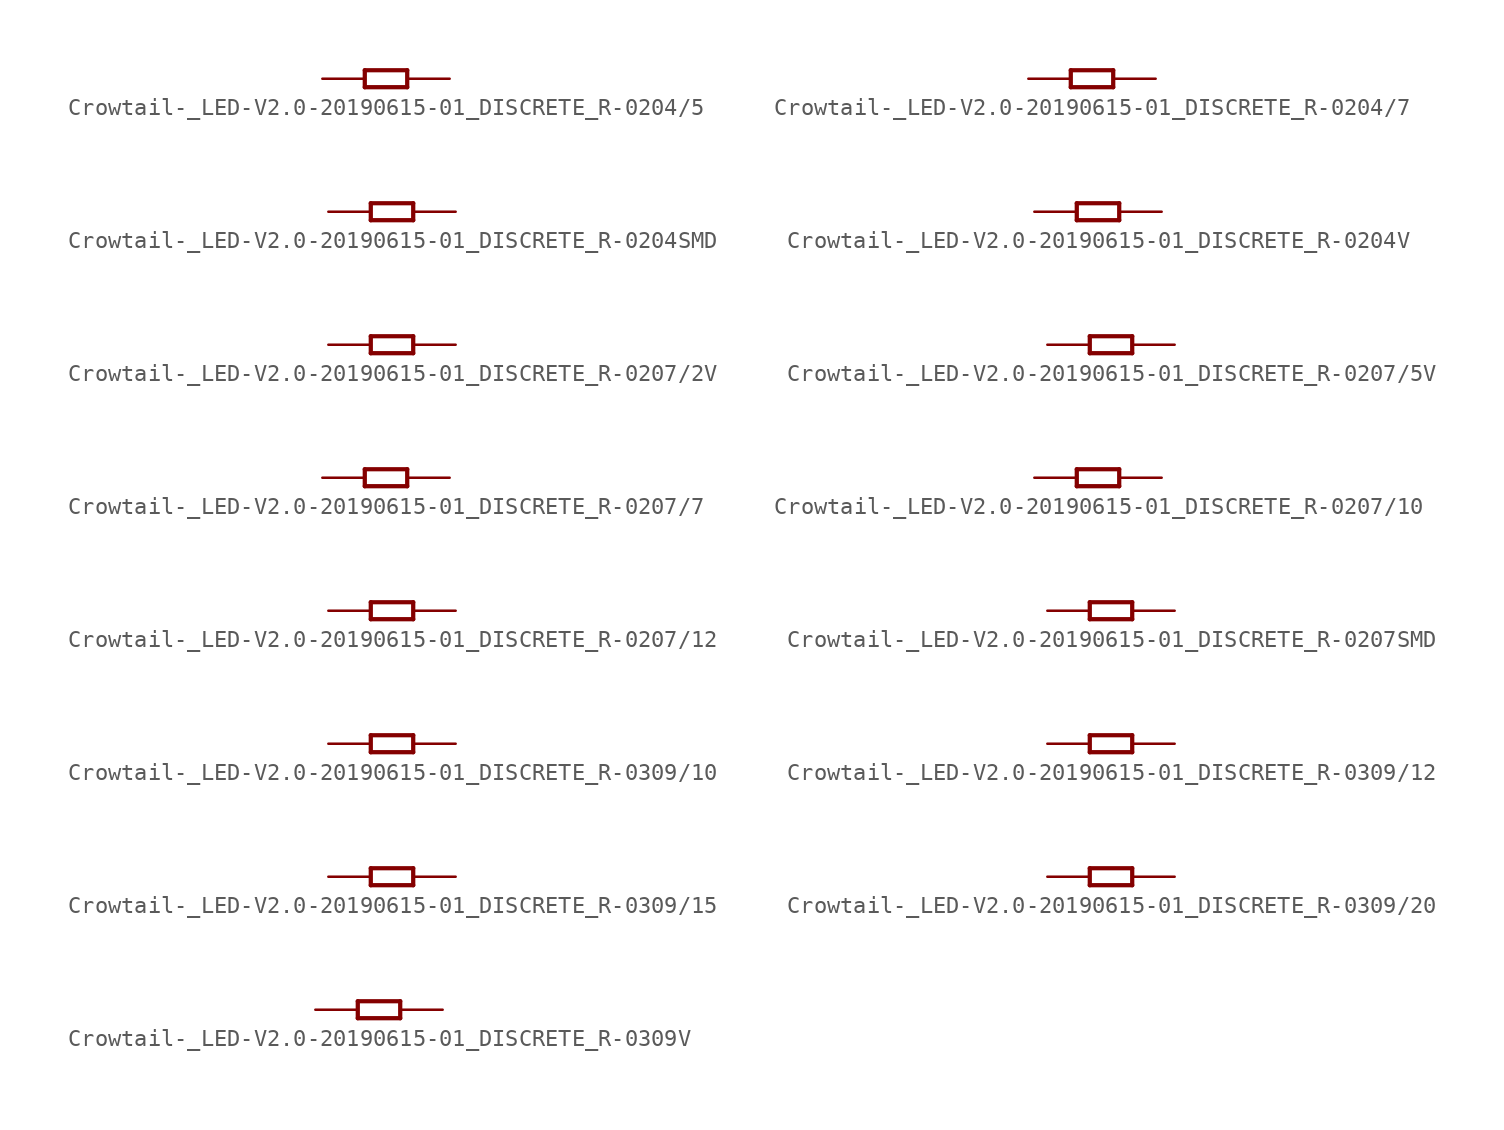
<source format=kicad_sym>
(kicad_symbol_lib
  (version 20231120)
  (generator "kicad_symbol_editor")
  (generator_version "8.0")
  (symbol "Crowtail-_LED-V2.0-20190615-01_DISCRETE_R-0204/5"
    (property "Reference" "R"
      (at -3.81 0 0)
      (effects (font (size 1.27 1.079)) (justify left bottom) (hide yes)))
    (property "ki_locked" ""
      (at 0 0 0)
      (effects (font (size 1.27 1.27))))
    (symbol "Crowtail-_LED-V2.0-20190615-01_DISCRETE_R-0204/5_1_0"
      (polyline (pts (xy -1.27 -0.508) (xy -1.27 0.508)) (stroke (width 0.254) (type solid)) (fill (type none)))
      (polyline (pts (xy -1.27 0.508) (xy 1.27 0.508)) (stroke (width 0.254) (type solid)) (fill (type none)))
      (polyline (pts (xy 1.27 -0.508) (xy -1.27 -0.508)) (stroke (width 0.254) (type solid)) (fill (type none)))
      (polyline (pts (xy 1.27 0.508) (xy 1.27 -0.508)) (stroke (width 0.254) (type solid)) (fill (type none)))
      (pin passive line (at -3.81 0 0) (length 2.54) (name "1" (effects (font (size 0 0)))) (number "1" (effects (font (size 0 0)))))
      (pin passive line (at 3.81 0 180) (length 2.54) (name "2" (effects (font (size 0 0)))) (number "2" (effects (font (size 0 0)))))))
  (symbol "Crowtail-_LED-V2.0-20190615-01_DISCRETE_R-0204/7"
    (property "Reference" "R"
      (at -3.81 0 0)
      (effects (font (size 1.27 1.079)) (justify left bottom) (hide yes)))
    (property "ki_locked" ""
      (at 0 0 0)
      (effects (font (size 1.27 1.27))))
    (symbol "Crowtail-_LED-V2.0-20190615-01_DISCRETE_R-0204/7_1_0"
      (polyline (pts (xy -1.27 -0.508) (xy -1.27 0.508)) (stroke (width 0.254) (type solid)) (fill (type none)))
      (polyline (pts (xy -1.27 0.508) (xy 1.27 0.508)) (stroke (width 0.254) (type solid)) (fill (type none)))
      (polyline (pts (xy 1.27 -0.508) (xy -1.27 -0.508)) (stroke (width 0.254) (type solid)) (fill (type none)))
      (polyline (pts (xy 1.27 0.508) (xy 1.27 -0.508)) (stroke (width 0.254) (type solid)) (fill (type none)))
      (pin passive line (at -3.81 0 0) (length 2.54) (name "1" (effects (font (size 0 0)))) (number "1" (effects (font (size 0 0)))))
      (pin passive line (at 3.81 0 180) (length 2.54) (name "2" (effects (font (size 0 0)))) (number "2" (effects (font (size 0 0)))))))
  (symbol "Crowtail-_LED-V2.0-20190615-01_DISCRETE_R-0204SMD"
    (property "Reference" "R"
      (at -3.81 0 0)
      (effects (font (size 1.27 1.079)) (justify left bottom) (hide yes)))
    (property "ki_locked" ""
      (at 0 0 0)
      (effects (font (size 1.27 1.27))))
    (symbol "Crowtail-_LED-V2.0-20190615-01_DISCRETE_R-0204SMD_1_0"
      (polyline (pts (xy -1.27 -0.508) (xy -1.27 0.508)) (stroke (width 0.254) (type solid)) (fill (type none)))
      (polyline (pts (xy -1.27 0.508) (xy 1.27 0.508)) (stroke (width 0.254) (type solid)) (fill (type none)))
      (polyline (pts (xy 1.27 -0.508) (xy -1.27 -0.508)) (stroke (width 0.254) (type solid)) (fill (type none)))
      (polyline (pts (xy 1.27 0.508) (xy 1.27 -0.508)) (stroke (width 0.254) (type solid)) (fill (type none)))
      (pin passive line (at -3.81 0 0) (length 2.54) (name "1" (effects (font (size 0 0)))) (number "1" (effects (font (size 0 0)))))
      (pin passive line (at 3.81 0 180) (length 2.54) (name "2" (effects (font (size 0 0)))) (number "2" (effects (font (size 0 0)))))))
  (symbol "Crowtail-_LED-V2.0-20190615-01_DISCRETE_R-0204V"
    (property "Reference" "R"
      (at -3.81 0 0)
      (effects (font (size 1.27 1.079)) (justify left bottom) (hide yes)))
    (property "ki_locked" ""
      (at 0 0 0)
      (effects (font (size 1.27 1.27))))
    (symbol "Crowtail-_LED-V2.0-20190615-01_DISCRETE_R-0204V_1_0"
      (polyline (pts (xy -1.27 -0.508) (xy -1.27 0.508)) (stroke (width 0.254) (type solid)) (fill (type none)))
      (polyline (pts (xy -1.27 0.508) (xy 1.27 0.508)) (stroke (width 0.254) (type solid)) (fill (type none)))
      (polyline (pts (xy 1.27 -0.508) (xy -1.27 -0.508)) (stroke (width 0.254) (type solid)) (fill (type none)))
      (polyline (pts (xy 1.27 0.508) (xy 1.27 -0.508)) (stroke (width 0.254) (type solid)) (fill (type none)))
      (pin passive line (at -3.81 0 0) (length 2.54) (name "1" (effects (font (size 0 0)))) (number "1" (effects (font (size 0 0)))))
      (pin passive line (at 3.81 0 180) (length 2.54) (name "2" (effects (font (size 0 0)))) (number "2" (effects (font (size 0 0)))))))
  (symbol "Crowtail-_LED-V2.0-20190615-01_DISCRETE_R-0207/2V"
    (property "Reference" "R"
      (at -3.81 0 0)
      (effects (font (size 1.27 1.079)) (justify left bottom) (hide yes)))
    (property "ki_locked" ""
      (at 0 0 0)
      (effects (font (size 1.27 1.27))))
    (symbol "Crowtail-_LED-V2.0-20190615-01_DISCRETE_R-0207/2V_1_0"
      (polyline (pts (xy -1.27 -0.508) (xy -1.27 0.508)) (stroke (width 0.254) (type solid)) (fill (type none)))
      (polyline (pts (xy -1.27 0.508) (xy 1.27 0.508)) (stroke (width 0.254) (type solid)) (fill (type none)))
      (polyline (pts (xy 1.27 -0.508) (xy -1.27 -0.508)) (stroke (width 0.254) (type solid)) (fill (type none)))
      (polyline (pts (xy 1.27 0.508) (xy 1.27 -0.508)) (stroke (width 0.254) (type solid)) (fill (type none)))
      (pin passive line (at -3.81 0 0) (length 2.54) (name "1" (effects (font (size 0 0)))) (number "1" (effects (font (size 0 0)))))
      (pin passive line (at 3.81 0 180) (length 2.54) (name "2" (effects (font (size 0 0)))) (number "2" (effects (font (size 0 0)))))))
  (symbol "Crowtail-_LED-V2.0-20190615-01_DISCRETE_R-0207/5V"
    (property "Reference" "R"
      (at -3.81 0 0)
      (effects (font (size 1.27 1.079)) (justify left bottom) (hide yes)))
    (property "ki_locked" ""
      (at 0 0 0)
      (effects (font (size 1.27 1.27))))
    (symbol "Crowtail-_LED-V2.0-20190615-01_DISCRETE_R-0207/5V_1_0"
      (polyline (pts (xy -1.27 -0.508) (xy -1.27 0.508)) (stroke (width 0.254) (type solid)) (fill (type none)))
      (polyline (pts (xy -1.27 0.508) (xy 1.27 0.508)) (stroke (width 0.254) (type solid)) (fill (type none)))
      (polyline (pts (xy 1.27 -0.508) (xy -1.27 -0.508)) (stroke (width 0.254) (type solid)) (fill (type none)))
      (polyline (pts (xy 1.27 0.508) (xy 1.27 -0.508)) (stroke (width 0.254) (type solid)) (fill (type none)))
      (pin passive line (at -3.81 0 0) (length 2.54) (name "1" (effects (font (size 0 0)))) (number "1" (effects (font (size 0 0)))))
      (pin passive line (at 3.81 0 180) (length 2.54) (name "2" (effects (font (size 0 0)))) (number "2" (effects (font (size 0 0)))))))
  (symbol "Crowtail-_LED-V2.0-20190615-01_DISCRETE_R-0207/7"
    (property "Reference" "R"
      (at -3.81 0 0)
      (effects (font (size 1.27 1.079)) (justify left bottom) (hide yes)))
    (property "ki_locked" ""
      (at 0 0 0)
      (effects (font (size 1.27 1.27))))
    (symbol "Crowtail-_LED-V2.0-20190615-01_DISCRETE_R-0207/7_1_0"
      (polyline (pts (xy -1.27 -0.508) (xy -1.27 0.508)) (stroke (width 0.254) (type solid)) (fill (type none)))
      (polyline (pts (xy -1.27 0.508) (xy 1.27 0.508)) (stroke (width 0.254) (type solid)) (fill (type none)))
      (polyline (pts (xy 1.27 -0.508) (xy -1.27 -0.508)) (stroke (width 0.254) (type solid)) (fill (type none)))
      (polyline (pts (xy 1.27 0.508) (xy 1.27 -0.508)) (stroke (width 0.254) (type solid)) (fill (type none)))
      (pin passive line (at -3.81 0 0) (length 2.54) (name "1" (effects (font (size 0 0)))) (number "1" (effects (font (size 0 0)))))
      (pin passive line (at 3.81 0 180) (length 2.54) (name "2" (effects (font (size 0 0)))) (number "2" (effects (font (size 0 0)))))))
  (symbol "Crowtail-_LED-V2.0-20190615-01_DISCRETE_R-0207/10"
    (property "Reference" "R"
      (at -3.81 0 0)
      (effects (font (size 1.27 1.079)) (justify left bottom) (hide yes)))
    (property "ki_locked" ""
      (at 0 0 0)
      (effects (font (size 1.27 1.27))))
    (symbol "Crowtail-_LED-V2.0-20190615-01_DISCRETE_R-0207/10_1_0"
      (polyline (pts (xy -1.27 -0.508) (xy -1.27 0.508)) (stroke (width 0.254) (type solid)) (fill (type none)))
      (polyline (pts (xy -1.27 0.508) (xy 1.27 0.508)) (stroke (width 0.254) (type solid)) (fill (type none)))
      (polyline (pts (xy 1.27 -0.508) (xy -1.27 -0.508)) (stroke (width 0.254) (type solid)) (fill (type none)))
      (polyline (pts (xy 1.27 0.508) (xy 1.27 -0.508)) (stroke (width 0.254) (type solid)) (fill (type none)))
      (pin passive line (at -3.81 0 0) (length 2.54) (name "1" (effects (font (size 0 0)))) (number "1" (effects (font (size 0 0)))))
      (pin passive line (at 3.81 0 180) (length 2.54) (name "2" (effects (font (size 0 0)))) (number "2" (effects (font (size 0 0)))))))
  (symbol "Crowtail-_LED-V2.0-20190615-01_DISCRETE_R-0207/12"
    (property "Reference" "R"
      (at -3.81 0 0)
      (effects (font (size 1.27 1.079)) (justify left bottom) (hide yes)))
    (property "ki_locked" ""
      (at 0 0 0)
      (effects (font (size 1.27 1.27))))
    (symbol "Crowtail-_LED-V2.0-20190615-01_DISCRETE_R-0207/12_1_0"
      (polyline (pts (xy -1.27 -0.508) (xy -1.27 0.508)) (stroke (width 0.254) (type solid)) (fill (type none)))
      (polyline (pts (xy -1.27 0.508) (xy 1.27 0.508)) (stroke (width 0.254) (type solid)) (fill (type none)))
      (polyline (pts (xy 1.27 -0.508) (xy -1.27 -0.508)) (stroke (width 0.254) (type solid)) (fill (type none)))
      (polyline (pts (xy 1.27 0.508) (xy 1.27 -0.508)) (stroke (width 0.254) (type solid)) (fill (type none)))
      (pin passive line (at -3.81 0 0) (length 2.54) (name "1" (effects (font (size 0 0)))) (number "1" (effects (font (size 0 0)))))
      (pin passive line (at 3.81 0 180) (length 2.54) (name "2" (effects (font (size 0 0)))) (number "2" (effects (font (size 0 0)))))))
  (symbol "Crowtail-_LED-V2.0-20190615-01_DISCRETE_R-0207SMD"
    (property "Reference" "R"
      (at -3.81 0 0)
      (effects (font (size 1.27 1.079)) (justify left bottom) (hide yes)))
    (property "ki_locked" ""
      (at 0 0 0)
      (effects (font (size 1.27 1.27))))
    (symbol "Crowtail-_LED-V2.0-20190615-01_DISCRETE_R-0207SMD_1_0"
      (polyline (pts (xy -1.27 -0.508) (xy -1.27 0.508)) (stroke (width 0.254) (type solid)) (fill (type none)))
      (polyline (pts (xy -1.27 0.508) (xy 1.27 0.508)) (stroke (width 0.254) (type solid)) (fill (type none)))
      (polyline (pts (xy 1.27 -0.508) (xy -1.27 -0.508)) (stroke (width 0.254) (type solid)) (fill (type none)))
      (polyline (pts (xy 1.27 0.508) (xy 1.27 -0.508)) (stroke (width 0.254) (type solid)) (fill (type none)))
      (pin passive line (at -3.81 0 0) (length 2.54) (name "1" (effects (font (size 0 0)))) (number "1" (effects (font (size 0 0)))))
      (pin passive line (at 3.81 0 180) (length 2.54) (name "2" (effects (font (size 0 0)))) (number "2" (effects (font (size 0 0)))))))
  (symbol "Crowtail-_LED-V2.0-20190615-01_DISCRETE_R-0309/10"
    (property "Reference" "R"
      (at -3.81 0 0)
      (effects (font (size 1.27 1.079)) (justify left bottom) (hide yes)))
    (property "ki_locked" ""
      (at 0 0 0)
      (effects (font (size 1.27 1.27))))
    (symbol "Crowtail-_LED-V2.0-20190615-01_DISCRETE_R-0309/10_1_0"
      (polyline (pts (xy -1.27 -0.508) (xy -1.27 0.508)) (stroke (width 0.254) (type solid)) (fill (type none)))
      (polyline (pts (xy -1.27 0.508) (xy 1.27 0.508)) (stroke (width 0.254) (type solid)) (fill (type none)))
      (polyline (pts (xy 1.27 -0.508) (xy -1.27 -0.508)) (stroke (width 0.254) (type solid)) (fill (type none)))
      (polyline (pts (xy 1.27 0.508) (xy 1.27 -0.508)) (stroke (width 0.254) (type solid)) (fill (type none)))
      (pin passive line (at -3.81 0 0) (length 2.54) (name "1" (effects (font (size 0 0)))) (number "1" (effects (font (size 0 0)))))
      (pin passive line (at 3.81 0 180) (length 2.54) (name "2" (effects (font (size 0 0)))) (number "2" (effects (font (size 0 0)))))))
  (symbol "Crowtail-_LED-V2.0-20190615-01_DISCRETE_R-0309/12"
    (property "Reference" "R"
      (at -3.81 0 0)
      (effects (font (size 1.27 1.079)) (justify left bottom) (hide yes)))
    (property "ki_locked" ""
      (at 0 0 0)
      (effects (font (size 1.27 1.27))))
    (symbol "Crowtail-_LED-V2.0-20190615-01_DISCRETE_R-0309/12_1_0"
      (polyline (pts (xy -1.27 -0.508) (xy -1.27 0.508)) (stroke (width 0.254) (type solid)) (fill (type none)))
      (polyline (pts (xy -1.27 0.508) (xy 1.27 0.508)) (stroke (width 0.254) (type solid)) (fill (type none)))
      (polyline (pts (xy 1.27 -0.508) (xy -1.27 -0.508)) (stroke (width 0.254) (type solid)) (fill (type none)))
      (polyline (pts (xy 1.27 0.508) (xy 1.27 -0.508)) (stroke (width 0.254) (type solid)) (fill (type none)))
      (pin passive line (at -3.81 0 0) (length 2.54) (name "1" (effects (font (size 0 0)))) (number "1" (effects (font (size 0 0)))))
      (pin passive line (at 3.81 0 180) (length 2.54) (name "2" (effects (font (size 0 0)))) (number "2" (effects (font (size 0 0)))))))
  (symbol "Crowtail-_LED-V2.0-20190615-01_DISCRETE_R-0309/15"
    (property "Reference" "R"
      (at -3.81 0 0)
      (effects (font (size 1.27 1.079)) (justify left bottom) (hide yes)))
    (property "ki_locked" ""
      (at 0 0 0)
      (effects (font (size 1.27 1.27))))
    (symbol "Crowtail-_LED-V2.0-20190615-01_DISCRETE_R-0309/15_1_0"
      (polyline (pts (xy -1.27 -0.508) (xy -1.27 0.508)) (stroke (width 0.254) (type solid)) (fill (type none)))
      (polyline (pts (xy -1.27 0.508) (xy 1.27 0.508)) (stroke (width 0.254) (type solid)) (fill (type none)))
      (polyline (pts (xy 1.27 -0.508) (xy -1.27 -0.508)) (stroke (width 0.254) (type solid)) (fill (type none)))
      (polyline (pts (xy 1.27 0.508) (xy 1.27 -0.508)) (stroke (width 0.254) (type solid)) (fill (type none)))
      (pin passive line (at -3.81 0 0) (length 2.54) (name "1" (effects (font (size 0 0)))) (number "1" (effects (font (size 0 0)))))
      (pin passive line (at 3.81 0 180) (length 2.54) (name "2" (effects (font (size 0 0)))) (number "2" (effects (font (size 0 0)))))))
  (symbol "Crowtail-_LED-V2.0-20190615-01_DISCRETE_R-0309/20"
    (property "Reference" "R"
      (at -3.81 0 0)
      (effects (font (size 1.27 1.079)) (justify left bottom) (hide yes)))
    (property "ki_locked" ""
      (at 0 0 0)
      (effects (font (size 1.27 1.27))))
    (symbol "Crowtail-_LED-V2.0-20190615-01_DISCRETE_R-0309/20_1_0"
      (polyline (pts (xy -1.27 -0.508) (xy -1.27 0.508)) (stroke (width 0.254) (type solid)) (fill (type none)))
      (polyline (pts (xy -1.27 0.508) (xy 1.27 0.508)) (stroke (width 0.254) (type solid)) (fill (type none)))
      (polyline (pts (xy 1.27 -0.508) (xy -1.27 -0.508)) (stroke (width 0.254) (type solid)) (fill (type none)))
      (polyline (pts (xy 1.27 0.508) (xy 1.27 -0.508)) (stroke (width 0.254) (type solid)) (fill (type none)))
      (pin passive line (at -3.81 0 0) (length 2.54) (name "1" (effects (font (size 0 0)))) (number "1" (effects (font (size 0 0)))))
      (pin passive line (at 3.81 0 180) (length 2.54) (name "2" (effects (font (size 0 0)))) (number "2" (effects (font (size 0 0)))))))
  (symbol "Crowtail-_LED-V2.0-20190615-01_DISCRETE_R-0309V"
    (property "Reference" "R"
      (at -3.81 0 0)
      (effects (font (size 1.27 1.079)) (justify left bottom) (hide yes)))
    (property "ki_locked" ""
      (at 0 0 0)
      (effects (font (size 1.27 1.27))))
    (symbol "Crowtail-_LED-V2.0-20190615-01_DISCRETE_R-0309V_1_0"
      (polyline (pts (xy -1.27 -0.508) (xy -1.27 0.508)) (stroke (width 0.254) (type solid)) (fill (type none)))
      (polyline (pts (xy -1.27 0.508) (xy 1.27 0.508)) (stroke (width 0.254) (type solid)) (fill (type none)))
      (polyline (pts (xy 1.27 -0.508) (xy -1.27 -0.508)) (stroke (width 0.254) (type solid)) (fill (type none)))
      (polyline (pts (xy 1.27 0.508) (xy 1.27 -0.508)) (stroke (width 0.254) (type solid)) (fill (type none)))
      (pin passive line (at -3.81 0 0) (length 2.54) (name "1" (effects (font (size 0 0)))) (number "1" (effects (font (size 0 0)))))
      (pin passive line (at 3.81 0 180) (length 2.54) (name "2" (effects (font (size 0 0)))) (number "2" (effects (font (size 0 0))))))))
</source>
